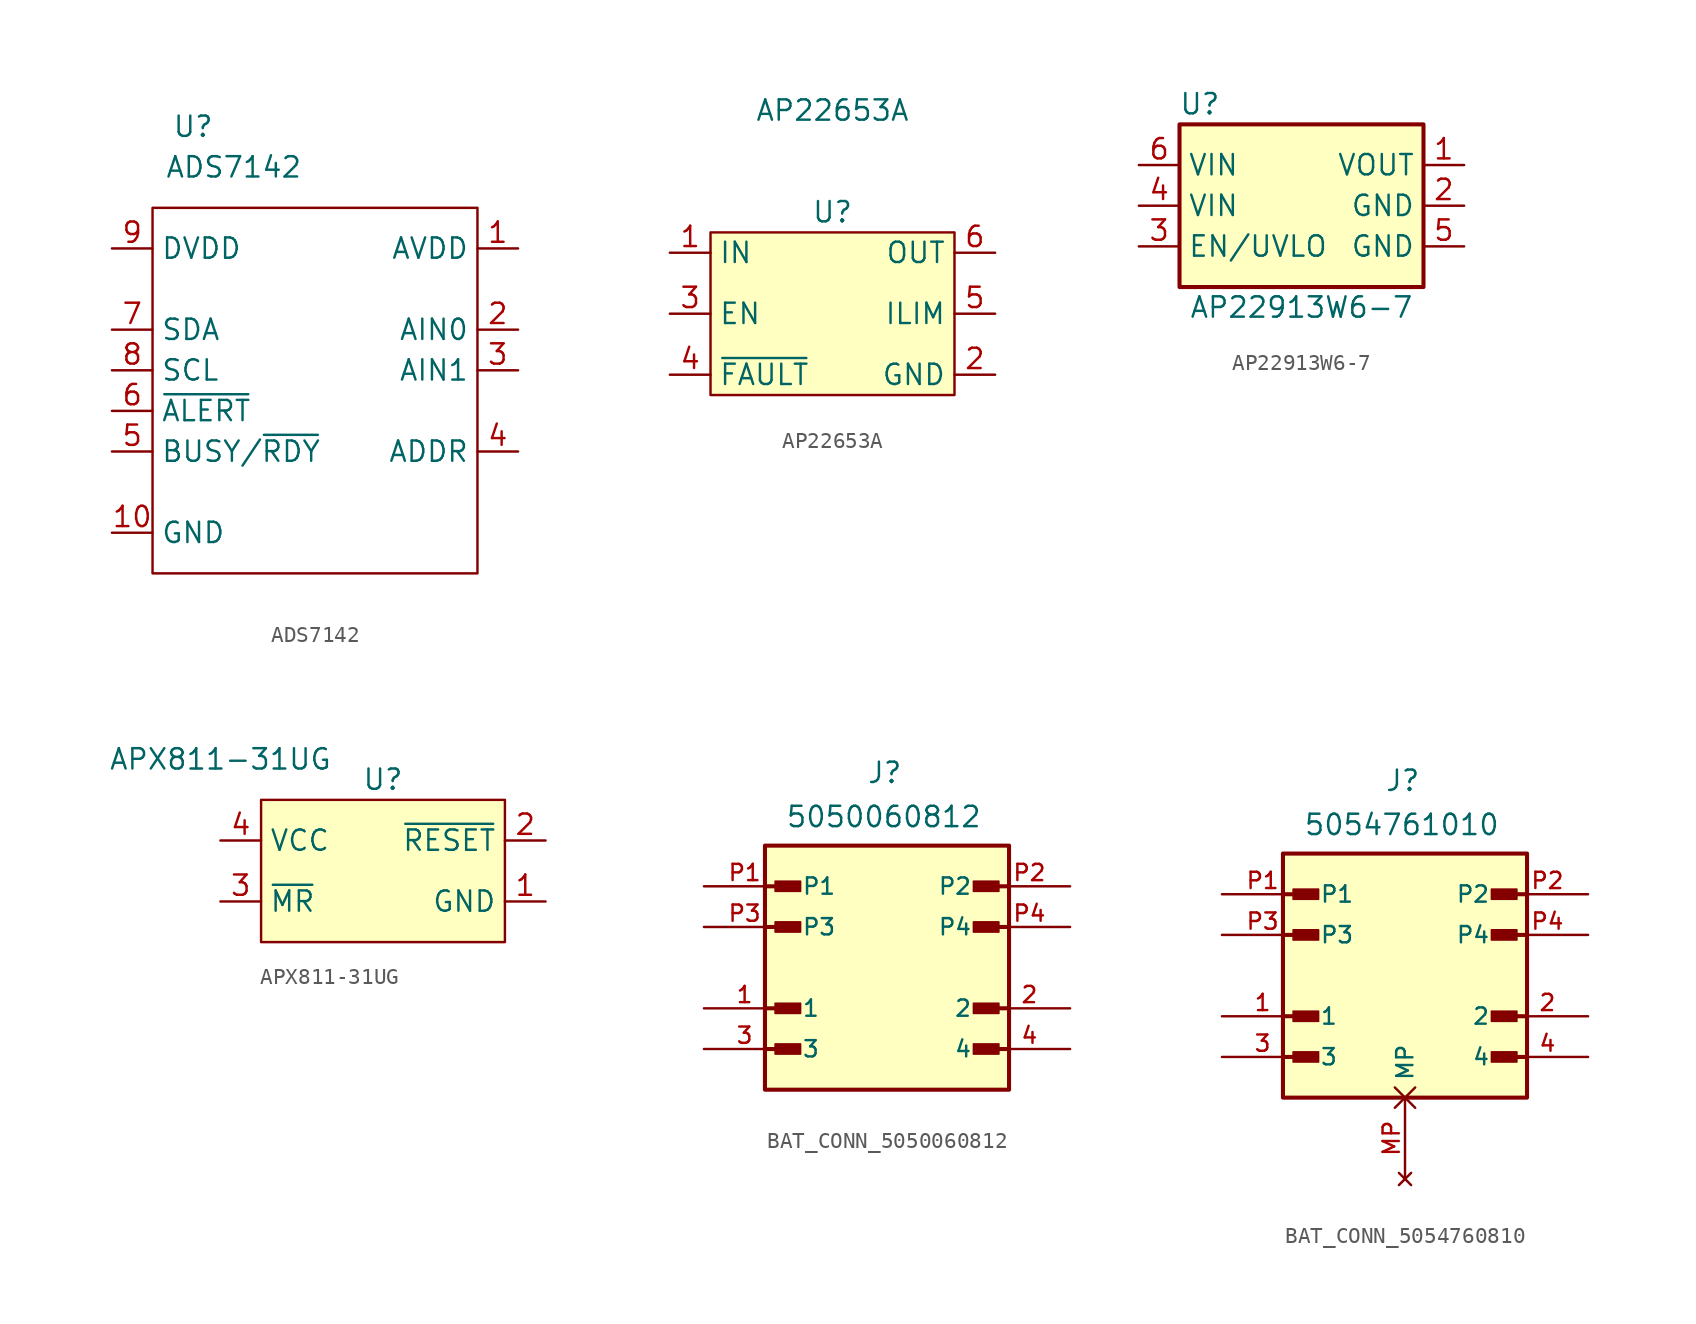
<source format=kicad_sym>
(kicad_symbol_lib
  (version 20220914)
  (generator kicad_symbol_editor)
  (symbol "ADS7142"
    (property "Reference" "U"
      (at 2.54 5.08 0)
      (effects (font (size 1.27 1.27))))
    (property "Value" "ADS7142"
      (at 5.08 2.54 0)
      (effects (font (size 1.27 1.27))))
    (symbol "ADS7142_0_1"
      (rectangle (start 0 0) (end 20.32 -22.86) (stroke (width 0) (type default)) (fill (type none))))
    (symbol "ADS7142_1_1"
      (pin power_in line (at 22.86 -2.54 180) (length 2.54) (name "AVDD" (effects (font (size 1.27 1.27)))) (number "1" (effects (font (size 1.27 1.27)))))
      (pin passive line (at -2.54 -20.32 0) (length 2.54) (name "GND" (effects (font (size 1.27 1.27)))) (number "10" (effects (font (size 1.27 1.27)))))
      (pin input line (at 22.86 -7.62 180) (length 2.54) (name "AIN0" (effects (font (size 1.27 1.27)))) (number "2" (effects (font (size 1.27 1.27)))))
      (pin input line (at 22.86 -10.16 180) (length 2.54) (name "AIN1" (effects (font (size 1.27 1.27)))) (number "3" (effects (font (size 1.27 1.27)))))
      (pin input line (at 22.86 -15.24 180) (length 2.54) (name "ADDR" (effects (font (size 1.27 1.27)))) (number "4" (effects (font (size 1.27 1.27)))))
      (pin input line (at -2.54 -15.24 0) (length 2.54) (name "BUSY/~{RDY}" (effects (font (size 1.27 1.27)))) (number "5" (effects (font (size 1.27 1.27)))))
      (pin input line (at -2.54 -12.7 0) (length 2.54) (name "~{ALERT}" (effects (font (size 1.27 1.27)))) (number "6" (effects (font (size 1.27 1.27)))))
      (pin bidirectional line (at -2.54 -7.62 0) (length 2.54) (name "SDA" (effects (font (size 1.27 1.27)))) (number "7" (effects (font (size 1.27 1.27)))))
      (pin input line (at -2.54 -10.16 0) (length 2.54) (name "SCL" (effects (font (size 1.27 1.27)))) (number "8" (effects (font (size 1.27 1.27)))))
      (pin power_in line (at -2.54 -2.54 0) (length 2.54) (name "DVDD" (effects (font (size 1.27 1.27)))) (number "9" (effects (font (size 1.27 1.27)))))))
  (symbol "AP22653A"
    (property "Reference" "U"
      (at 0 2.54 0)
      (effects (font (size 1.27 1.27))))
    (property "Value" "AP22653A"
      (at 0 8.89 0)
      (effects (font (size 1.27 1.27))))
    (symbol "AP22653A_1_1"
      (rectangle (start -7.62 1.27) (end 7.62 -8.89) (stroke (width 0) (type default)) (fill (type background)))
      (pin input line (at -10.16 0 0) (length 2.54) (name "IN" (effects (font (size 1.27 1.27)))) (number "1" (effects (font (size 1.27 1.27)))))
      (pin passive line (at 10.16 -7.62 180) (length 2.54) (name "GND" (effects (font (size 1.27 1.27)))) (number "2" (effects (font (size 1.27 1.27)))))
      (pin input line (at -10.16 -3.81 0) (length 2.54) (name "EN" (effects (font (size 1.27 1.27)))) (number "3" (effects (font (size 1.27 1.27)))))
      (pin open_collector line (at -10.16 -7.62 0) (length 2.54) (name "~{FAULT}" (effects (font (size 1.27 1.27)))) (number "4" (effects (font (size 1.27 1.27)))))
      (pin input line (at 10.16 -3.81 180) (length 2.54) (name "ILIM" (effects (font (size 1.27 1.27)))) (number "5" (effects (font (size 1.27 1.27)))))
      (pin output line (at 10.16 0 180) (length 2.54) (name "OUT" (effects (font (size 1.27 1.27)))) (number "6" (effects (font (size 1.27 1.27)))))))
  (symbol "AP22913W6-7"
    (property "Reference" "U"
      (at -6.35 6.35 0)
      (effects (font (size 1.27 1.27))))
    (property "Value" "AP22913W6-7"
      (at 0 -6.35 0)
      (effects (font (size 1.27 1.27))))
    (symbol "AP22913W6-7_1_1"
      (rectangle (start -7.62 5.08) (end 7.62 -5.08) (stroke (width 0.254) (type default)) (fill (type background)))
      (pin power_out line (at 10.16 2.54 180) (length 2.54) (name "VOUT" (effects (font (size 1.27 1.27)))) (number "1" (effects (font (size 1.27 1.27)))))
      (pin passive line (at 10.16 0 180) (length 2.54) (name "GND" (effects (font (size 1.27 1.27)))) (number "2" (effects (font (size 1.27 1.27)))))
      (pin input line (at -10.16 -2.54 0) (length 2.54) (name "EN/UVLO" (effects (font (size 1.27 1.27)))) (number "3" (effects (font (size 1.27 1.27)))))
      (pin input line (at -10.16 0 0) (length 2.54) (name "VIN" (effects (font (size 1.27 1.27)))) (number "4" (effects (font (size 1.27 1.27)))))
      (pin passive line (at 10.16 -2.54 180) (length 2.54) (name "GND" (effects (font (size 1.27 1.27)))) (number "5" (effects (font (size 1.27 1.27)))))
      (pin power_in line (at -10.16 2.54 0) (length 2.54) (name "VIN" (effects (font (size 1.27 1.27)))) (number "6" (effects (font (size 1.27 1.27)))))))
  (symbol "APX811-31UG"
    (property "Reference" "U"
      (at 10.16 3.81 0)
      (effects (font (size 1.27 1.27))))
    (property "Value" "APX811-31UG"
      (at 0 5.08 0)
      (effects (font (size 1.27 1.27))))
    (symbol "APX811-31UG_1_1"
      (rectangle (start 2.54 2.54) (end 17.78 -6.35) (stroke (width 0) (type default)) (fill (type background)))
      (pin passive line (at 20.32 -3.81 180) (length 2.54) (name "GND" (effects (font (size 1.27 1.27)))) (number "1" (effects (font (size 1.27 1.27)))))
      (pin output line (at 20.32 0 180) (length 2.54) (name "~{RESET}" (effects (font (size 1.27 1.27)))) (number "2" (effects (font (size 1.27 1.27)))))
      (pin input line (at 0 -3.81 0) (length 2.54) (name "~{MR}" (effects (font (size 1.27 1.27)))) (number "3" (effects (font (size 1.27 1.27)))))
      (pin input line (at 0 0 0) (length 2.54) (name "VCC" (effects (font (size 1.27 1.27)))) (number "4" (effects (font (size 1.27 1.27)))))))
  (symbol "BAT_CONN_5050060812"
    (pin_names
      (offset 1.016))
    (property "Reference" "J"
      (at -1.27 11.43 0)
      (effects (font (size 1.27 1.27)) (justify left bottom)))
    (property "Value" "5050060812"
      (at -6.35 10.16 0)
      (effects (font (size 1.27 1.27)) (justify left top)))
    (symbol "BAT_CONN_5050060812_0_0"
      (rectangle (start -7.62 7.62) (end 7.62 -7.62) (stroke (width 0.254) (type default)) (fill (type background)))
      (rectangle (start -6.985 -5.397) (end -5.397 -4.763) (stroke (width 0.1) (type default)) (fill (type outline)))
      (rectangle (start -6.985 -2.857) (end -5.397 -2.223) (stroke (width 0.1) (type default)) (fill (type outline)))
      (rectangle (start -6.985 2.223) (end -5.397 2.857) (stroke (width 0.1) (type default)) (fill (type outline)))
      (rectangle (start -6.985 4.763) (end -5.397 5.397) (stroke (width 0.1) (type default)) (fill (type outline)))
      (polyline (pts (xy -7.62 -5.08) (xy -5.715 -5.08)) (stroke (width 0.254) (type default)) (fill (type none)))
      (polyline (pts (xy -7.62 -2.54) (xy -5.715 -2.54)) (stroke (width 0.254) (type default)) (fill (type none)))
      (polyline (pts (xy -7.62 2.54) (xy -5.715 2.54)) (stroke (width 0.254) (type default)) (fill (type none)))
      (polyline (pts (xy -7.62 5.08) (xy -5.715 5.08)) (stroke (width 0.254) (type default)) (fill (type none)))
      (polyline (pts (xy 7.62 -5.08) (xy 5.715 -5.08)) (stroke (width 0.254) (type default)) (fill (type none)))
      (polyline (pts (xy 7.62 -2.54) (xy 5.715 -2.54)) (stroke (width 0.254) (type default)) (fill (type none)))
      (polyline (pts (xy 7.62 2.54) (xy 5.715 2.54)) (stroke (width 0.254) (type default)) (fill (type none)))
      (polyline (pts (xy 7.62 5.08) (xy 5.715 5.08)) (stroke (width 0.254) (type default)) (fill (type none)))
      (rectangle (start 5.397 -5.397) (end 6.985 -4.763) (stroke (width 0.1) (type default)) (fill (type outline)))
      (rectangle (start 5.397 -2.857) (end 6.985 -2.223) (stroke (width 0.1) (type default)) (fill (type outline)))
      (rectangle (start 5.397 2.223) (end 6.985 2.857) (stroke (width 0.1) (type default)) (fill (type outline)))
      (rectangle (start 5.397 4.763) (end 6.985 5.397) (stroke (width 0.1) (type default)) (fill (type outline)))
      (pin passive line (at -11.43 -2.54 0) (length 5.08) (name "1" (effects (font (size 1.016 1.016)))) (number "1" (effects (font (size 1.016 1.016)))))
      (pin passive line (at 11.43 -2.54 180) (length 5.08) (name "2" (effects (font (size 1.016 1.016)))) (number "2" (effects (font (size 1.016 1.016)))))
      (pin passive line (at -11.43 -5.08 0) (length 5.08) (name "3" (effects (font (size 1.016 1.016)))) (number "3" (effects (font (size 1.016 1.016)))))
      (pin passive line (at 11.43 -5.08 180) (length 5.08) (name "4" (effects (font (size 1.016 1.016)))) (number "4" (effects (font (size 1.016 1.016)))))
      (pin power_in line (at -11.43 5.08 0) (length 5.08) (name "P1" (effects (font (size 1.016 1.016)))) (number "P1" (effects (font (size 1.016 1.016)))))
      (pin power_in line (at 11.43 5.08 180) (length 5.08) (name "P2" (effects (font (size 1.016 1.016)))) (number "P2" (effects (font (size 1.016 1.016)))))
      (pin power_in line (at -11.43 2.54 0) (length 5.08) (name "P3" (effects (font (size 1.016 1.016)))) (number "P3" (effects (font (size 1.016 1.016)))))
      (pin power_in line (at 11.43 2.54 180) (length 5.08) (name "P4" (effects (font (size 1.016 1.016)))) (number "P4" (effects (font (size 1.016 1.016)))))))
  (symbol "BAT_CONN_5054760810"
    (pin_names
      (offset 1.016))
    (property "Reference" "J"
      (at -1.27 11.43 0)
      (effects (font (size 1.27 1.27)) (justify left bottom)))
    (property "Value" "5054761010"
      (at -6.35 10.16 0)
      (effects (font (size 1.27 1.27)) (justify left top)))
    (symbol "BAT_CONN_5054760810_0_0"
      (rectangle (start -7.62 7.62) (end 7.62 -7.62) (stroke (width 0.254) (type default)) (fill (type background)))
      (rectangle (start -6.985 -5.397) (end -5.397 -4.763) (stroke (width 0.1) (type default)) (fill (type outline)))
      (rectangle (start -6.985 -2.857) (end -5.397 -2.223) (stroke (width 0.1) (type default)) (fill (type outline)))
      (rectangle (start -6.985 2.223) (end -5.397 2.857) (stroke (width 0.1) (type default)) (fill (type outline)))
      (rectangle (start -6.985 4.763) (end -5.397 5.397) (stroke (width 0.1) (type default)) (fill (type outline)))
      (polyline (pts (xy -7.62 -5.08) (xy -5.715 -5.08)) (stroke (width 0.254) (type default)) (fill (type none)))
      (polyline (pts (xy -7.62 -2.54) (xy -5.715 -2.54)) (stroke (width 0.254) (type default)) (fill (type none)))
      (polyline (pts (xy -7.62 2.54) (xy -5.715 2.54)) (stroke (width 0.254) (type default)) (fill (type none)))
      (polyline (pts (xy -7.62 5.08) (xy -5.715 5.08)) (stroke (width 0.254) (type default)) (fill (type none)))
      (polyline (pts (xy 7.62 -5.08) (xy 5.715 -5.08)) (stroke (width 0.254) (type default)) (fill (type none)))
      (polyline (pts (xy 7.62 -2.54) (xy 5.715 -2.54)) (stroke (width 0.254) (type default)) (fill (type none)))
      (polyline (pts (xy 7.62 2.54) (xy 5.715 2.54)) (stroke (width 0.254) (type default)) (fill (type none)))
      (polyline (pts (xy 7.62 5.08) (xy 5.715 5.08)) (stroke (width 0.254) (type default)) (fill (type none)))
      (rectangle (start 5.397 -5.397) (end 6.985 -4.763) (stroke (width 0.1) (type default)) (fill (type outline)))
      (rectangle (start 5.397 -2.857) (end 6.985 -2.223) (stroke (width 0.1) (type default)) (fill (type outline)))
      (rectangle (start 5.397 2.223) (end 6.985 2.857) (stroke (width 0.1) (type default)) (fill (type outline)))
      (rectangle (start 5.397 4.763) (end 6.985 5.397) (stroke (width 0.1) (type default)) (fill (type outline)))
      (pin passive line (at -11.43 -2.54 0) (length 5.08) (name "1" (effects (font (size 1.016 1.016)))) (number "1" (effects (font (size 1.016 1.016)))))
      (pin passive line (at 11.43 -2.54 180) (length 5.08) (name "2" (effects (font (size 1.016 1.016)))) (number "2" (effects (font (size 1.016 1.016)))))
      (pin passive line (at -11.43 -5.08 0) (length 5.08) (name "3" (effects (font (size 1.016 1.016)))) (number "3" (effects (font (size 1.016 1.016)))))
      (pin passive line (at 11.43 -5.08 180) (length 5.08) (name "4" (effects (font (size 1.016 1.016)))) (number "4" (effects (font (size 1.016 1.016)))))
      (pin no_connect non_logic (at 0 -12.7 90) (length 5.08) (name "MP" (effects (font (size 1.016 1.016)))) (number "MP" (effects (font (size 1.016 1.016)))))
      (pin power_in line (at -11.43 5.08 0) (length 5.08) (name "P1" (effects (font (size 1.016 1.016)))) (number "P1" (effects (font (size 1.016 1.016)))))
      (pin power_in line (at 11.43 5.08 180) (length 5.08) (name "P2" (effects (font (size 1.016 1.016)))) (number "P2" (effects (font (size 1.016 1.016)))))
      (pin power_in line (at -11.43 2.54 0) (length 5.08) (name "P3" (effects (font (size 1.016 1.016)))) (number "P3" (effects (font (size 1.016 1.016)))))
      (pin power_in line (at 11.43 2.54 180) (length 5.08) (name "P4" (effects (font (size 1.016 1.016)))) (number "P4" (effects (font (size 1.016 1.016))))))))
</source>
